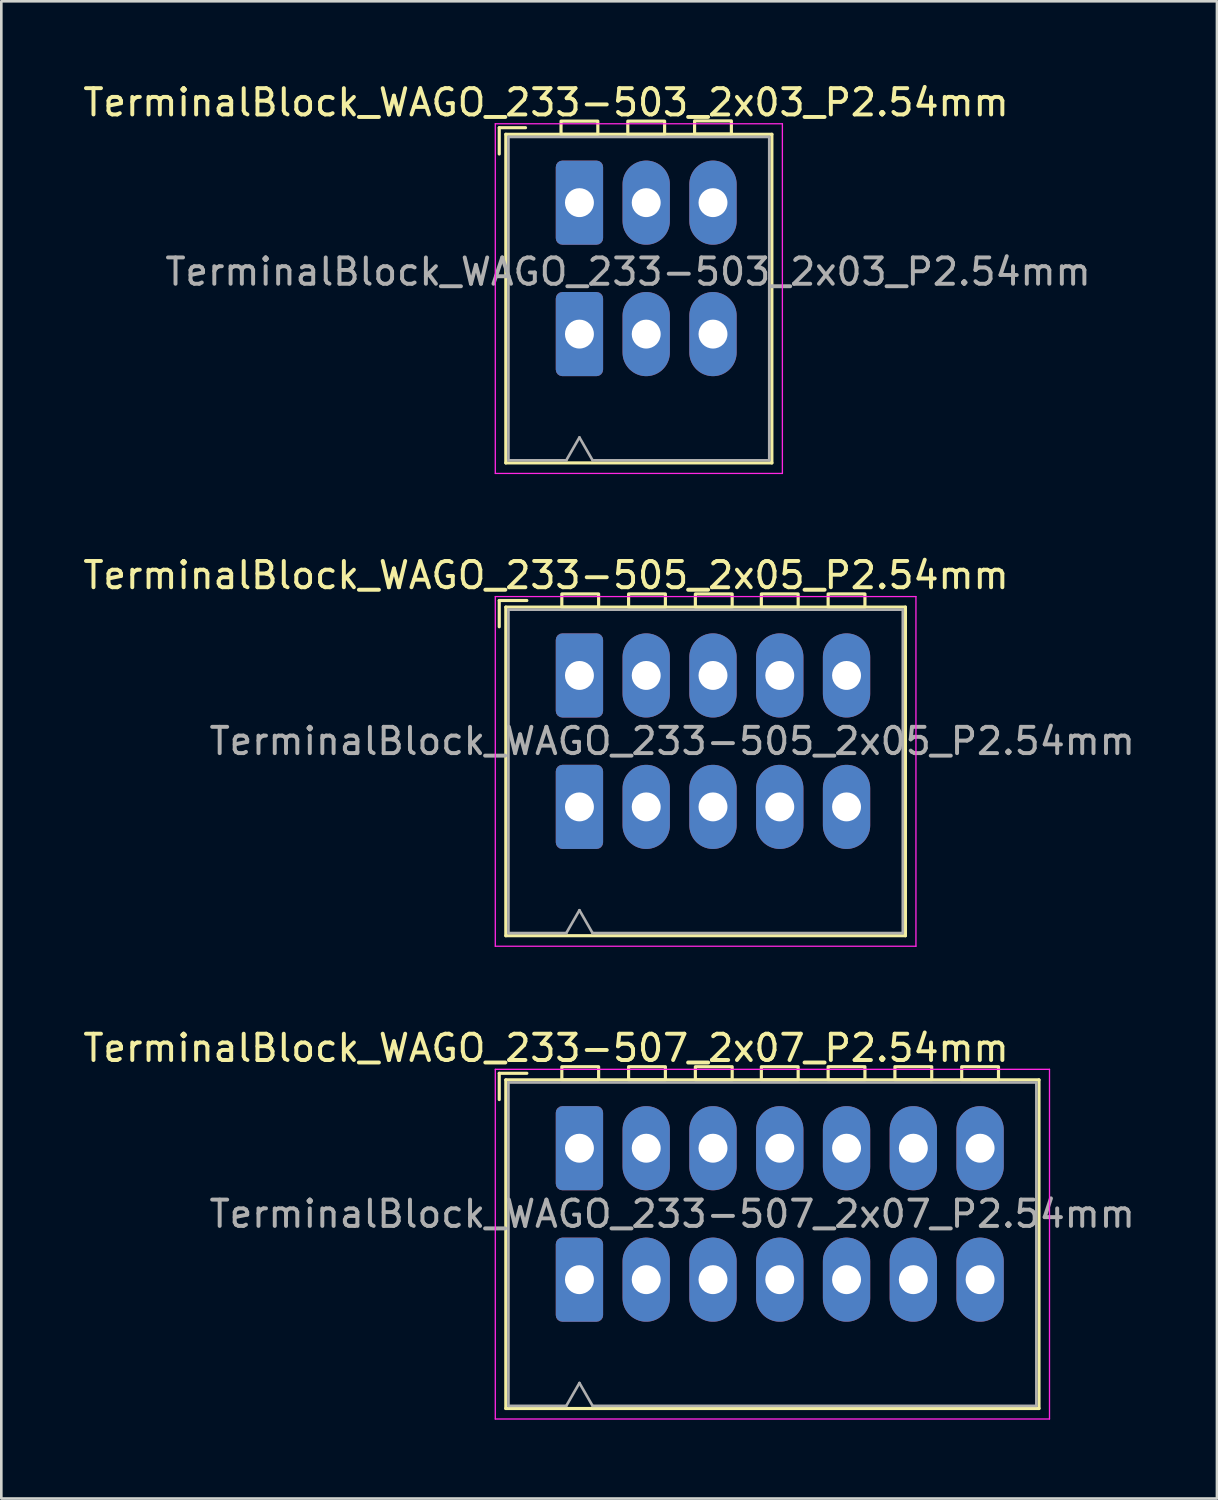
<source format=kicad_pcb>
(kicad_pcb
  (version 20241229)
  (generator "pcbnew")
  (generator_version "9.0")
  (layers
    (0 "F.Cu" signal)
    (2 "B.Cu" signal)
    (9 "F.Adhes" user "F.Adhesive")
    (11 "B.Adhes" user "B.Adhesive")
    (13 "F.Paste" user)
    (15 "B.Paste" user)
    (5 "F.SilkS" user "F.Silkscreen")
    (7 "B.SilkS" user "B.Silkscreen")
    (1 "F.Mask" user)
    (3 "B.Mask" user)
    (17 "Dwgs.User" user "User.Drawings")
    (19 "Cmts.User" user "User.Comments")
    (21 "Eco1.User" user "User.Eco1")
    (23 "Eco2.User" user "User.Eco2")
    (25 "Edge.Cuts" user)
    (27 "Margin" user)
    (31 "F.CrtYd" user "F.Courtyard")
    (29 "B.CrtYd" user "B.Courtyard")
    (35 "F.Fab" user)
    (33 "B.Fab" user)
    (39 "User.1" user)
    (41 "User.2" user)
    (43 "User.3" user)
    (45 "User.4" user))
  (footprint "TerminalBlock_WAGO_233-505_2x05_P2.54mm"
    (layer "F.Cu")
    (at 18.99 22.642)
    (property "Reference" "TerminalBlock_WAGO_233-505_2x05_P2.54mm" (at -1.27 -3.81 0) (layer "F.SilkS") (effects (font (size 1 1) (thickness 0.15))))
    (attr through_hole)
    (fp_line (start -3.05 -2.85) (end -3.05 -1.85) (stroke (width 0.12) (type default)) (layer "F.SilkS"))
    (fp_line (start -3.05 -2.85) (end -2 -2.85) (stroke (width 0.12) (type default)) (layer "F.SilkS"))
    (fp_line (start -2.8 -2.6) (end 12.4 -2.6) (stroke (width 0.12) (type solid)) (layer "F.SilkS"))
    (fp_line (start -2.8 9.9) (end -2.8 -2.6) (stroke (width 0.12) (type solid)) (layer "F.SilkS"))
    (fp_line (start 12.4 -2.6) (end 12.4 9.9) (stroke (width 0.12) (type solid)) (layer "F.SilkS"))
    (fp_line (start 12.4 9.9) (end -2.8 9.9) (stroke (width 0.12) (type solid)) (layer "F.SilkS"))
    (fp_rect (start -0.67 -3.1) (end 0.73 -2.6) (stroke (width 0.12) (type default)) (fill no) (layer "F.SilkS"))
    (fp_rect (start 1.87 -3.1) (end 3.27 -2.6) (stroke (width 0.12) (type default)) (fill no) (layer "F.SilkS"))
    (fp_rect (start 4.41 -3.1) (end 5.81 -2.6) (stroke (width 0.12) (type default)) (fill no) (layer "F.SilkS"))
    (fp_rect (start 6.92 -3.1) (end 8.32 -2.6) (stroke (width 0.12) (type default)) (fill no) (layer "F.SilkS"))
    (fp_rect (start 9.46 -3.1) (end 10.86 -2.6) (stroke (width 0.12) (type default)) (fill no) (layer "F.SilkS"))
    (fp_line (start -3.2 -3) (end 12.8 -3) (stroke (width 0.05) (type solid)) (layer "F.CrtYd"))
    (fp_line (start -3.2 10.3) (end -3.2 -3) (stroke (width 0.05) (type solid)) (layer "F.CrtYd"))
    (fp_line (start 12.8 -3) (end 12.8 10.3) (stroke (width 0.05) (type solid)) (layer "F.CrtYd"))
    (fp_line (start 12.8 10.3) (end -3.2 10.3) (stroke (width 0.05) (type solid)) (layer "F.CrtYd"))
    (fp_line (start -2.7 -2.5) (end 12.3 -2.5) (stroke (width 0.1) (type default)) (layer "F.Fab"))
    (fp_line (start -2.7 9.8) (end -2.7 -2.5) (stroke (width 0.1) (type default)) (layer "F.Fab"))
    (fp_line (start -2.7 9.8) (end -0.5 9.8) (stroke (width 0.1) (type default)) (layer "F.Fab"))
    (fp_line (start 0 8.93) (end -0.5 9.8) (stroke (width 0.1) (type default)) (layer "F.Fab"))
    (fp_line (start 0.5 9.8) (end 0 8.93) (stroke (width 0.1) (type default)) (layer "F.Fab"))
    (fp_line (start 0.5 9.8) (end 12.3 9.8) (stroke (width 0.1) (type default)) (layer "F.Fab"))
    (fp_line (start 12.3 -2.5) (end 12.3 9.8) (stroke (width 0.1) (type default)) (layer "F.Fab"))
    (fp_text user "${REFERENCE}" (at 3.53 2.5 0) (layer "F.Fab") (effects (font (size 1 1) (thickness 0.15))))
    (pad "1" thru_hole roundrect (at 0 0) (size 1.8 3.2) (drill 1.1) (layers "*.Cu" "*.Mask") (roundrect_rratio 0.139))
    (pad "1" thru_hole roundrect (at 0 5) (size 1.8 3.2) (drill 1.1) (layers "*.Cu" "*.Mask") (roundrect_rratio 0.139))
    (pad "2" thru_hole oval (at 2.54 0) (size 1.8 3.2) (drill 1.1) (layers "*.Cu" "*.Mask"))
    (pad "2" thru_hole oval (at 2.54 5) (size 1.8 3.2) (drill 1.1) (layers "*.Cu" "*.Mask"))
    (pad "3" thru_hole oval (at 5.08 0) (size 1.8 3.2) (drill 1.1) (layers "*.Cu" "*.Mask"))
    (pad "3" thru_hole oval (at 5.08 5) (size 1.8 3.2) (drill 1.1) (layers "*.Cu" "*.Mask"))
    (pad "4" thru_hole oval (at 7.62 0) (size 1.8 3.2) (drill 1.1) (layers "*.Cu" "*.Mask"))
    (pad "4" thru_hole oval (at 7.62 5) (size 1.8 3.2) (drill 1.1) (layers "*.Cu" "*.Mask"))
    (pad "5" thru_hole oval (at 10.16 0) (size 1.8 3.2) (drill 1.1) (layers "*.Cu" "*.Mask"))
    (pad "5" thru_hole oval (at 10.16 5) (size 1.8 3.2) (drill 1.1) (layers "*.Cu" "*.Mask")))
  (footprint "TerminalBlock_WAGO_233-507_2x07_P2.54mm"
    (layer "F.Cu")
    (at 18.99 40.625)
    (property "Reference" "TerminalBlock_WAGO_233-507_2x07_P2.54mm" (at -1.27 -3.81 0) (layer "F.SilkS") (effects (font (size 1 1) (thickness 0.15))))
    (attr through_hole)
    (fp_line (start -3.05 -2.85) (end -3.05 -1.85) (stroke (width 0.12) (type default)) (layer "F.SilkS"))
    (fp_line (start -3.05 -2.85) (end -2 -2.85) (stroke (width 0.12) (type default)) (layer "F.SilkS"))
    (fp_line (start -2.8 -2.6) (end 17.48 -2.6) (stroke (width 0.12) (type solid)) (layer "F.SilkS"))
    (fp_line (start -2.8 9.9) (end -2.8 -2.6) (stroke (width 0.12) (type solid)) (layer "F.SilkS"))
    (fp_line (start 17.48 -2.6) (end 17.48 9.9) (stroke (width 0.12) (type solid)) (layer "F.SilkS"))
    (fp_line (start 17.48 9.9) (end -2.8 9.9) (stroke (width 0.12) (type solid)) (layer "F.SilkS"))
    (fp_rect (start -0.67 -3.1) (end 0.73 -2.6) (stroke (width 0.12) (type default)) (fill no) (layer "F.SilkS"))
    (fp_rect (start 1.87 -3.1) (end 3.27 -2.6) (stroke (width 0.12) (type default)) (fill no) (layer "F.SilkS"))
    (fp_rect (start 4.41 -3.1) (end 5.81 -2.6) (stroke (width 0.12) (type default)) (fill no) (layer "F.SilkS"))
    (fp_rect (start 6.92 -3.1) (end 8.32 -2.6) (stroke (width 0.12) (type default)) (fill no) (layer "F.SilkS"))
    (fp_rect (start 9.46 -3.101) (end 10.86 -2.601) (stroke (width 0.12) (type default)) (fill no) (layer "F.SilkS"))
    (fp_rect (start 12 -3.101) (end 13.4 -2.601) (stroke (width 0.12) (type default)) (fill no) (layer "F.SilkS"))
    (fp_rect (start 14.54 -3.1) (end 15.94 -2.6) (stroke (width 0.12) (type default)) (fill no) (layer "F.SilkS"))
    (fp_line (start -3.2 -3) (end 17.88 -3) (stroke (width 0.05) (type solid)) (layer "F.CrtYd"))
    (fp_line (start -3.2 10.3) (end -3.2 -3) (stroke (width 0.05) (type solid)) (layer "F.CrtYd"))
    (fp_line (start 17.88 -3) (end 17.88 10.3) (stroke (width 0.05) (type solid)) (layer "F.CrtYd"))
    (fp_line (start 17.88 10.3) (end -3.2 10.3) (stroke (width 0.05) (type solid)) (layer "F.CrtYd"))
    (fp_line (start -2.7 -2.5) (end 17.38 -2.5) (stroke (width 0.1) (type default)) (layer "F.Fab"))
    (fp_line (start -2.7 9.8) (end -2.7 -2.5) (stroke (width 0.1) (type default)) (layer "F.Fab"))
    (fp_line (start -2.7 9.8) (end -0.5 9.8) (stroke (width 0.1) (type default)) (layer "F.Fab"))
    (fp_line (start 0 8.93) (end -0.5 9.8) (stroke (width 0.1) (type default)) (layer "F.Fab"))
    (fp_line (start 0.5 9.8) (end 0 8.93) (stroke (width 0.1) (type default)) (layer "F.Fab"))
    (fp_line (start 0.5 9.8) (end 17.38 9.8) (stroke (width 0.1) (type default)) (layer "F.Fab"))
    (fp_line (start 17.38 -2.5) (end 17.38 9.8) (stroke (width 0.1) (type default)) (layer "F.Fab"))
    (fp_text user "${REFERENCE}" (at 3.53 2.5 0) (layer "F.Fab") (effects (font (size 1 1) (thickness 0.15))))
    (pad "1" thru_hole roundrect (at 0 0) (size 1.8 3.2) (drill 1.1) (layers "*.Cu" "*.Mask") (roundrect_rratio 0.139))
    (pad "1" thru_hole roundrect (at 0 5) (size 1.8 3.2) (drill 1.1) (layers "*.Cu" "*.Mask") (roundrect_rratio 0.139))
    (pad "2" thru_hole oval (at 2.54 0) (size 1.8 3.2) (drill 1.1) (layers "*.Cu" "*.Mask"))
    (pad "2" thru_hole oval (at 2.54 5) (size 1.8 3.2) (drill 1.1) (layers "*.Cu" "*.Mask"))
    (pad "3" thru_hole oval (at 5.08 0) (size 1.8 3.2) (drill 1.1) (layers "*.Cu" "*.Mask"))
    (pad "3" thru_hole oval (at 5.08 5) (size 1.8 3.2) (drill 1.1) (layers "*.Cu" "*.Mask"))
    (pad "4" thru_hole oval (at 7.62 0) (size 1.8 3.2) (drill 1.1) (layers "*.Cu" "*.Mask"))
    (pad "4" thru_hole oval (at 7.62 5) (size 1.8 3.2) (drill 1.1) (layers "*.Cu" "*.Mask"))
    (pad "5" thru_hole oval (at 10.16 0) (size 1.8 3.2) (drill 1.1) (layers "*.Cu" "*.Mask"))
    (pad "5" thru_hole oval (at 10.16 5) (size 1.8 3.2) (drill 1.1) (layers "*.Cu" "*.Mask"))
    (pad "6" thru_hole oval (at 12.7 0) (size 1.8 3.2) (drill 1.1) (layers "*.Cu" "*.Mask"))
    (pad "6" thru_hole oval (at 12.7 5) (size 1.8 3.2) (drill 1.1) (layers "*.Cu" "*.Mask"))
    (pad "7" thru_hole oval (at 15.24 0) (size 1.8 3.2) (drill 1.1) (layers "*.Cu" "*.Mask"))
    (pad "7" thru_hole oval (at 15.24 5) (size 1.8 3.2) (drill 1.1) (layers "*.Cu" "*.Mask")))
  (footprint "TerminalBlock_WAGO_233-503_2x03_P2.54mm"
    (layer "F.Cu")
    (at 18.99 4.658)
    (property "Reference" "TerminalBlock_WAGO_233-503_2x03_P2.54mm" (at -1.27 -3.81 0) (layer "F.SilkS") (effects (font (size 1 1) (thickness 0.15))))
    (attr through_hole)
    (fp_line (start -3.05 -2.85) (end -3.05 -1.85) (stroke (width 0.12) (type default)) (layer "F.SilkS"))
    (fp_line (start -3.05 -2.85) (end -2.05 -2.85) (stroke (width 0.12) (type default)) (layer "F.SilkS"))
    (fp_line (start -2.8 -2.6) (end 7.32 -2.6) (stroke (width 0.12) (type solid)) (layer "F.SilkS"))
    (fp_line (start -2.8 9.9) (end -2.8 -2.6) (stroke (width 0.12) (type solid)) (layer "F.SilkS"))
    (fp_line (start 7.32 9.9) (end -2.8 9.9) (stroke (width 0.12) (type solid)) (layer "F.SilkS"))
    (fp_line (start 7.32 9.9) (end 7.32 -2.6) (stroke (width 0.12) (type solid)) (layer "F.SilkS"))
    (fp_rect (start -0.7 -3.1) (end 0.7 -2.6) (stroke (width 0.12) (type default)) (fill no) (layer "F.SilkS"))
    (fp_rect (start 1.84 -3.1) (end 3.24 -2.6) (stroke (width 0.12) (type default)) (fill no) (layer "F.SilkS"))
    (fp_rect (start 4.38 -3.11) (end 5.78 -2.61) (stroke (width 0.12) (type default)) (fill no) (layer "F.SilkS"))
    (fp_line (start -3.2 -3) (end 7.72 -3) (stroke (width 0.05) (type solid)) (layer "F.CrtYd"))
    (fp_line (start -3.2 10.3) (end -3.2 -3) (stroke (width 0.05) (type solid)) (layer "F.CrtYd"))
    (fp_line (start 7.72 -3) (end 7.72 10.3) (stroke (width 0.05) (type solid)) (layer "F.CrtYd"))
    (fp_line (start 7.72 10.3) (end -3.2 10.3) (stroke (width 0.05) (type solid)) (layer "F.CrtYd"))
    (fp_line (start -2.7 -2.5) (end 7.22 -2.5) (stroke (width 0.1) (type default)) (layer "F.Fab"))
    (fp_line (start -2.7 9.8) (end -2.7 -2.5) (stroke (width 0.1) (type default)) (layer "F.Fab"))
    (fp_line (start -2.7 9.8) (end -0.5 9.8) (stroke (width 0.1) (type default)) (layer "F.Fab"))
    (fp_line (start 0 8.93) (end -0.5 9.8) (stroke (width 0.1) (type default)) (layer "F.Fab"))
    (fp_line (start 0.5 9.8) (end 0 8.93) (stroke (width 0.1) (type default)) (layer "F.Fab"))
    (fp_line (start 0.5 9.8) (end 7.22 9.8) (stroke (width 0.1) (type default)) (layer "F.Fab"))
    (fp_line (start 7.22 9.8) (end 7.22 -2.5) (stroke (width 0.1) (type default)) (layer "F.Fab"))
    (fp_text user "${REFERENCE}" (at 1.85 2.63 0) (layer "F.Fab") (effects (font (size 1 1) (thickness 0.15))))
    (pad "1" thru_hole roundrect (at 0 0) (size 1.8 3.2) (drill 1.1) (layers "*.Cu" "*.Mask") (roundrect_rratio 0.139))
    (pad "1" thru_hole roundrect (at 0 5) (size 1.8 3.2) (drill 1.1) (layers "*.Cu" "*.Mask") (roundrect_rratio 0.139))
    (pad "2" thru_hole oval (at 2.54 0) (size 1.8 3.2) (drill 1.1) (layers "*.Cu" "*.Mask"))
    (pad "2" thru_hole oval (at 2.54 5) (size 1.8 3.2) (drill 1.1) (layers "*.Cu" "*.Mask"))
    (pad "3" thru_hole oval (at 5.08 0) (size 1.8 3.2) (drill 1.1) (layers "*.Cu" "*.Mask"))
    (pad "3" thru_hole oval (at 5.08 5) (size 1.8 3.2) (drill 1.1) (layers "*.Cu" "*.Mask")))
  (gr_rect
    (start -3 -3)
    (end 43.24 53.95)
    (stroke (width 0.1) (type default))
    (fill no)
    (layer "Edge.Cuts")))
</source>
